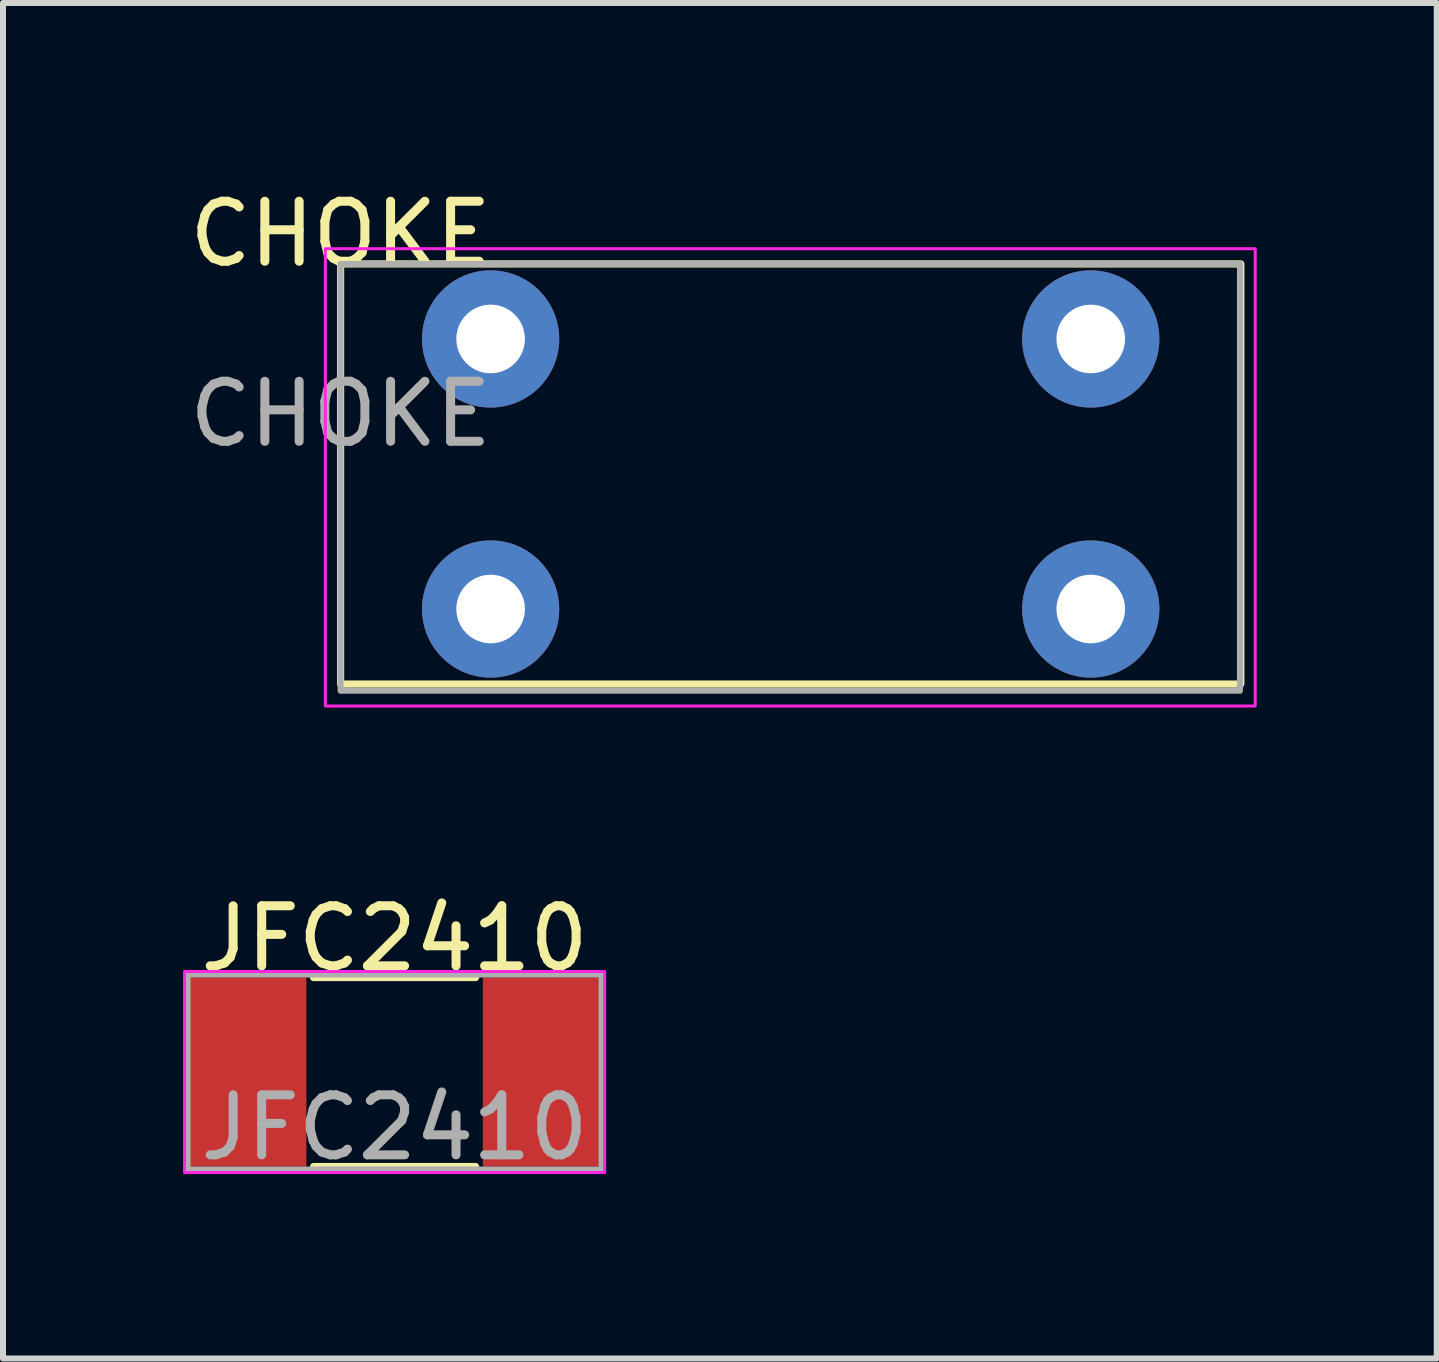
<source format=kicad_pcb>
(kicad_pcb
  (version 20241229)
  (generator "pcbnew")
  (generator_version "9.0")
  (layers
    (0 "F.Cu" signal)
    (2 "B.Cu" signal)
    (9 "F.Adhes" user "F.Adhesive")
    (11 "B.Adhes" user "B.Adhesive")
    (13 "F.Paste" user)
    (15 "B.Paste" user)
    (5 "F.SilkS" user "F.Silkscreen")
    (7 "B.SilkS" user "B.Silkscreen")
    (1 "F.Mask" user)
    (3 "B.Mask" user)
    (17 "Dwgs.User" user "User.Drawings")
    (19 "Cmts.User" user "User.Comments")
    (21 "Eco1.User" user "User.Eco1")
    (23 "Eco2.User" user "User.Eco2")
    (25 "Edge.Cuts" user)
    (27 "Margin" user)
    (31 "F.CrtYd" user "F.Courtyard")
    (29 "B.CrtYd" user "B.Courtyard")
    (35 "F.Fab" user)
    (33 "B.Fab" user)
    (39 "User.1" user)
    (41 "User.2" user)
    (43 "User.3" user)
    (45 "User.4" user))
  (footprint "JFC2410"
    (layer "F.Cu")
    (at 3.525 13.238)
    (property "Reference" "JFC2410" (at 0 -0.65 0) (unlocked yes) (layer "F.SilkS") (effects (font (size 1 1) (thickness 0.15))))
    (attr smd)
    (fp_line (start -1.35 0) (end 1.35 0) (stroke (width 0.12) (type default)) (layer "F.SilkS"))
    (fp_line (start -1.35 3.15) (end 1.35 3.15) (stroke (width 0.12) (type default)) (layer "F.SilkS"))
    (fp_rect (start -3.5 -0.1) (end 3.5 3.25) (stroke (width 0.05) (type default)) (fill no) (layer "F.CrtYd"))
    (fp_rect (start -3.45 -0.05) (end 3.45 3.2) (stroke (width 0.1) (type default)) (fill no) (layer "F.Fab"))
    (fp_text user "${REFERENCE}" (at 0 2.5 0) (unlocked yes) (layer "F.Fab") (effects (font (size 1 1) (thickness 0.15))))
    (pad "1" smd rect (at -2.45 1.575) (size 1.96 3.15) (layers "F.Cu" "F.Mask" "F.Paste"))
    (pad "2" smd rect (at 2.45 1.575) (size 1.96 3.15) (layers "F.Cu" "F.Mask" "F.Paste")))
  (footprint "CHOKE"
    (layer "F.Cu")
    (at 2.625 1.348)
    (property "Reference" "CHOKE" (at 0 -0.5 0) (unlocked yes) (layer "F.SilkS") (effects (font (size 1 1) (thickness 0.15))))
    (attr through_hole)
    (fp_rect (start 0 0) (end 15 7) (stroke (width 0.12) (type default)) (fill no) (layer "F.SilkS"))
    (fp_rect (start -0.254 -0.254) (end 15.24 7.366) (stroke (width 0.05) (type default)) (fill no) (layer "F.CrtYd"))
    (fp_rect (start 0 0) (end 14.986 7.112) (stroke (width 0.1) (type default)) (fill no) (layer "F.Fab"))
    (fp_text user "${REFERENCE}" (at 0 2.5 0) (unlocked yes) (layer "F.Fab") (effects (font (size 1 1) (thickness 0.15))))
    (pad "1" thru_hole circle (at 2.5 1.25) (size 2.286 2.286) (drill 1.143) (layers "*.Cu" "*.Mask"))
    (pad "2" thru_hole circle (at 2.5 5.75) (size 2.286 2.286) (drill 1.143) (layers "*.Cu" "*.Mask"))
    (pad "3" thru_hole circle (at 12.5 1.25) (size 2.286 2.286) (drill 1.143) (layers "*.Cu" "*.Mask"))
    (pad "4" thru_hole circle (at 12.5 5.75) (size 2.286 2.286) (drill 1.143) (layers "*.Cu" "*.Mask")))
  (gr_rect
    (start -3 -3)
    (end 20.89 19.586)
    (stroke (width 0.1) (type default))
    (fill no)
    (layer "Edge.Cuts")))
</source>
